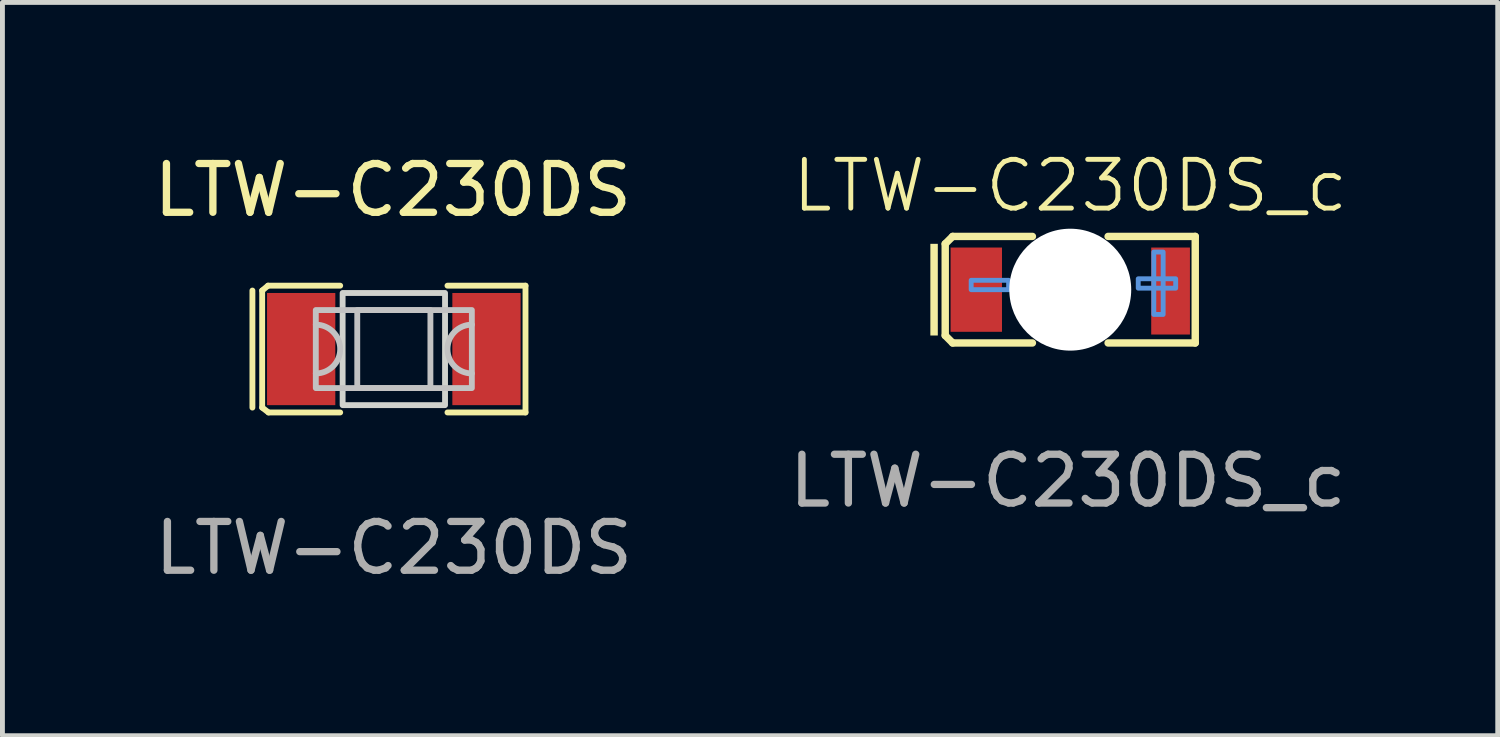
<source format=kicad_pcb>
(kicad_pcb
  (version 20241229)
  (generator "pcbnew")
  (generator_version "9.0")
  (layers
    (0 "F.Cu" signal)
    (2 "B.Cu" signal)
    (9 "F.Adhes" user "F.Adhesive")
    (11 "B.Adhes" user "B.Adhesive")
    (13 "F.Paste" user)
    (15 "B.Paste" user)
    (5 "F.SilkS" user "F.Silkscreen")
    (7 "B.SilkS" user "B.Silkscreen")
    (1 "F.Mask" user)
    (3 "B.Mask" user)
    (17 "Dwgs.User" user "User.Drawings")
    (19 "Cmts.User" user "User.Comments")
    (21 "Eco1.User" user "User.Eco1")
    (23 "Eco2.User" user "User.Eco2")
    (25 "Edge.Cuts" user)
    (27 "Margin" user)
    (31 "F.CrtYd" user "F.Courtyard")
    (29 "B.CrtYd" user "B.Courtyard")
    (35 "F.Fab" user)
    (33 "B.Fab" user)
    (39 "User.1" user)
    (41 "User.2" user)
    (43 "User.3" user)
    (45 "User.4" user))
  (footprint "LTW-C230DS_c"
    (layer "F.Cu")
    (at 18.897 2.89)
    (property "Reference" "LTW-C230DS_c" (at 0 -2.13 0) (unlocked yes) (layer "F.SilkS") (effects (font (size 1 1) (thickness 0.1))))
    (attr smd)
    (fp_line (start -2.564 -0.94) (end -2.411 -1.092) (stroke (width 0.152) (type solid)) (layer "F.SilkS"))
    (fp_line (start -2.564 0.94) (end -2.564 -0.94) (stroke (width 0.152) (type solid)) (layer "F.SilkS"))
    (fp_line (start -2.411 -1.092) (end -0.776 -1.092) (stroke (width 0.152) (type solid)) (layer "F.SilkS"))
    (fp_line (start -2.411 1.093) (end -2.564 0.94) (stroke (width 0.152) (type solid)) (layer "F.SilkS"))
    (fp_line (start -0.776 1.093) (end -2.411 1.093) (stroke (width 0.152) (type solid)) (layer "F.SilkS"))
    (fp_line (start 0.776 1.093) (end 2.563 1.093) (stroke (width 0.152) (type solid)) (layer "F.SilkS"))
    (fp_line (start 2.563 -1.092) (end 0.776 -1.092) (stroke (width 0.152) (type solid)) (layer "F.SilkS"))
    (fp_line (start 2.563 1.093) (end 2.563 -1.092) (stroke (width 0.152) (type solid)) (layer "F.SilkS"))
    (fp_circle (center 0 1.093) (end 0.038 1.093) (stroke (width 0.076) (type solid)) (fill no) (layer "F.SilkS"))
    (fp_poly (pts (xy -2.716 0.94) (xy -2.716 -0.94) (xy -2.869 -0.94) (xy -2.869 0.94)) (stroke (width 0) (type solid)) (fill yes) (layer "F.SilkS"))
    (fp_line (start 1.381 0.921) (end 2.454 0.864) (stroke (width 0.1) (type default)) (layer "F.Paste"))
    (fp_line (start 2.454 -0.864) (end 1.381 -0.921) (stroke (width 0.1) (type default)) (layer "F.Paste"))
    (fp_line (start 2.454 0.864) (end 2.454 -0.864) (stroke (width 0.1) (type default)) (layer "F.Paste"))
    (fp_arc (start 1.381399 -0.920934) (mid 1.660236 0) (end 1.381399 0.920934) (stroke (width 0.1) (type default)) (layer "F.Paste"))
    (fp_poly (pts (xy -0.82 0.764) (xy -0.82 0.394) (xy -0.92 0.294) (xy -1.276 0.294) (xy -1.376 0.194) (xy -1.376 -0.194) (xy -1.276 -0.294) (xy -0.92 -0.294) (xy -0.82 -0.394) (xy -0.82 -0.764) (xy -0.92 -0.864) (xy -2.355 -0.864) (xy -2.455 -0.764) (xy -2.455 0.764) (xy -2.355 0.864) (xy -0.92 0.864)) (stroke (width 0) (type solid)) (fill yes) (layer "F.Paste"))
    (fp_rect (start -0.75 -0.8) (end 0.75 0.8) (stroke (width 0.01) (type default)) (fill no) (layer "Dwgs.User"))
    (fp_poly (pts (xy -2.032 0) (xy -2.032 -0.192) (xy -1.264 -0.192) (xy -1.264 0)) (stroke (width 0.1) (type solid)) (fill no) (layer "Cmts.User"))
    (fp_poly (pts (xy 1.905 0.508) (xy 1.905 -0.772) (xy 1.713 -0.772) (xy 1.713 0.508)) (stroke (width 0.1) (type solid)) (fill no) (layer "Cmts.User"))
    (fp_poly (pts (xy 2.162 -0.031) (xy 2.162 -0.223) (xy 1.394 -0.223) (xy 1.394 -0.031)) (stroke (width 0.1) (type solid)) (fill no) (layer "Cmts.User"))
    (fp_text user "${REFERENCE}" (at -0.05 3.92 0) (unlocked yes) (layer "F.Fab") (effects (font (size 1 1) (thickness 0.15))))
    (pad "" np_thru_hole circle (at 0 0) (size 2.5 2.5) (drill 2.5) (layers "*.Cu" "*.Mask"))
    (pad "1" smd rect (at -1.927 0) (size 1.054 1.728) (layers "F.Cu" "F.Mask" "F.Paste"))
    (pad "2" smd rect (at 2.057 0.028) (size 0.794 1.784) (layers "F.Cu" "F.Mask" "F.Paste")))
  (footprint "LTW-C230DS"
    (layer "F.Cu")
    (at 5.026 4.108)
    (property "Reference" "LTW-C230DS" (at -0.02 -3.26 0) (unlocked yes) (layer "F.SilkS") (effects (font (size 1 1) (thickness 0.15))))
    (attr smd)
    (fp_line (start -2.9 -1.2) (end -2.9 1.2) (stroke (width 0.12) (type solid)) (layer "F.SilkS"))
    (fp_line (start -2.7 -1.2) (end -2.7 1.2) (stroke (width 0.12) (type solid)) (layer "F.SilkS"))
    (fp_line (start -2.7 -1.2) (end -2.58 -1.3) (stroke (width 0.12) (type solid)) (layer "F.SilkS"))
    (fp_line (start -2.7 1.2) (end -2.57 1.3) (stroke (width 0.12) (type solid)) (layer "F.SilkS"))
    (fp_line (start -2.58 -1.3) (end -1.1 -1.3) (stroke (width 0.12) (type solid)) (layer "F.SilkS"))
    (fp_line (start -2.57 1.3) (end -1.1 1.3) (stroke (width 0.12) (type solid)) (layer "F.SilkS"))
    (fp_line (start 1.1 -1.3) (end 2.7 -1.3) (stroke (width 0.12) (type solid)) (layer "F.SilkS"))
    (fp_line (start 2.7 -1.3) (end 2.7 1.3) (stroke (width 0.12) (type solid)) (layer "F.SilkS"))
    (fp_line (start 2.7 1.3) (end 1.1 1.3) (stroke (width 0.12) (type solid)) (layer "F.SilkS"))
    (fp_rect (start -1.6 -0.8) (end 1.6 0.8) (stroke (width 0.12) (type solid)) (fill no) (layer "Dwgs.User"))
    (fp_rect (start -0.75 -0.8) (end 0.75 0.8) (stroke (width 0.12) (type solid)) (fill no) (layer "Dwgs.User"))
    (fp_arc (start -1.6 -0.5) (mid -1.1 0) (end -1.6 0.5) (stroke (width 0.12) (type solid)) (layer "Dwgs.User"))
    (fp_arc (start 1.6 0.5) (mid 1.1 0) (end 1.6 -0.5) (stroke (width 0.12) (type solid)) (layer "Dwgs.User"))
    (fp_rect (start -1.05 -1.15) (end 1.05 1.15) (stroke (width 0.12) (type solid)) (fill no) (layer "Edge.Cuts"))
    (fp_text user "${REFERENCE}" (at 0 4.08 0) (unlocked yes) (layer "F.Fab") (effects (font (size 1 1) (thickness 0.15))))
    (pad "1" smd rect (at -1.9 0) (size 1.4 2.3) (layers "F.Cu" "F.Mask" "F.Paste"))
    (pad "2" smd rect (at 1.9 0) (size 1.4 2.3) (layers "F.Cu" "F.Mask" "F.Paste")))
  (gr_rect
    (start -3 -3)
    (end 27.663 12.037)
    (stroke (width 0.1) (type default))
    (fill no)
    (layer "Edge.Cuts")))
</source>
